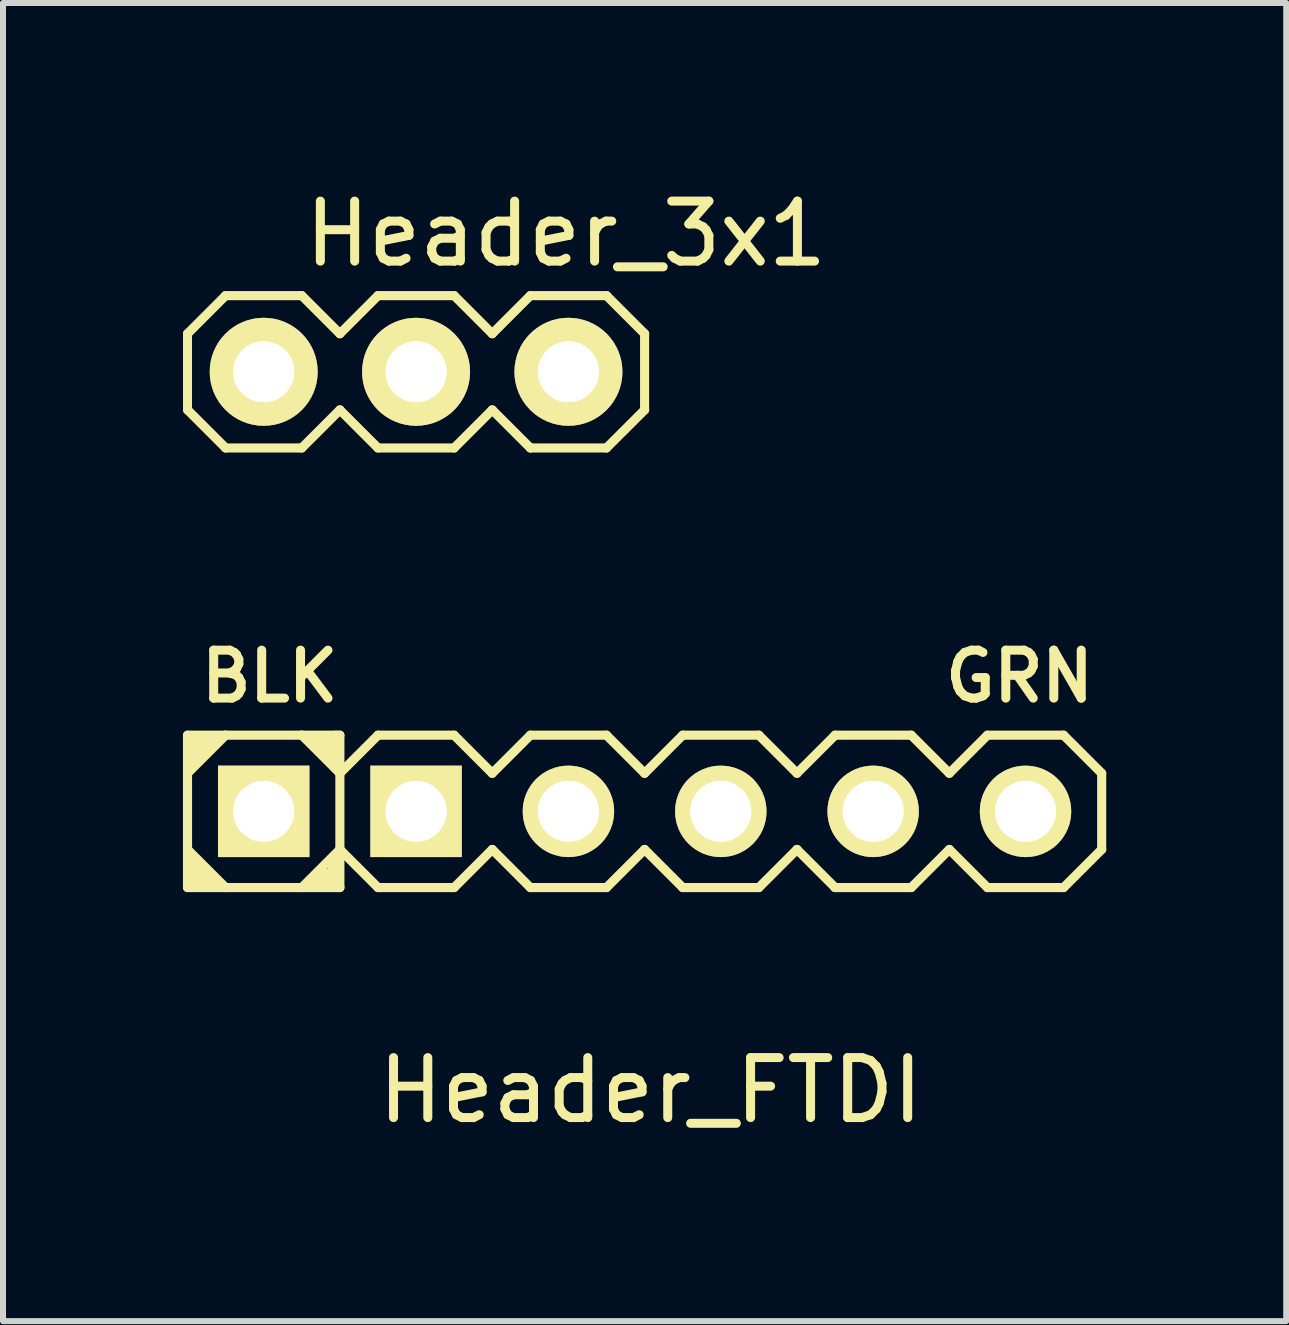
<source format=kicad_pcb>
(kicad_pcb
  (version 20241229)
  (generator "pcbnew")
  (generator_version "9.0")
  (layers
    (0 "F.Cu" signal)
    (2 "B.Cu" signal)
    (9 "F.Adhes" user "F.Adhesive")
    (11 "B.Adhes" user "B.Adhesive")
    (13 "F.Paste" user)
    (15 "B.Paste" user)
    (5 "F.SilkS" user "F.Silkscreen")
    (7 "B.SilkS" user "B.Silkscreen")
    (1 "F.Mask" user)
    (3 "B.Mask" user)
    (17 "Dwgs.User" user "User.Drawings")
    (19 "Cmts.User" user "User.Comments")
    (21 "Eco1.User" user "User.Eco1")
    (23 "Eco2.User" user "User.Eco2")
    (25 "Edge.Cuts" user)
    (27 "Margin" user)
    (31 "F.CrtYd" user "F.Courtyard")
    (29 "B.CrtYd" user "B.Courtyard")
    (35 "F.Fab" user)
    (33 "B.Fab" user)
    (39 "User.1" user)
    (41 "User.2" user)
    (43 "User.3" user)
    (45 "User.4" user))
  (footprint "Header_FTDI"
    (layer "F.Cu")
    (at 7.696 10.476)
    (property "Reference" "Header_FTDI" (at 0.1 4.65 0) (layer "F.SilkS") (effects (font (size 1 1) (thickness 0.15))))
    (attr smd)
    (fp_line (start -7.62 -1.27) (end -6.985 -1.27) (stroke (width 0.152) (type solid)) (layer "F.SilkS"))
    (fp_line (start -7.62 -0.635) (end -7.62 -1.27) (stroke (width 0.152) (type solid)) (layer "F.SilkS"))
    (fp_line (start -7.62 -0.635) (end -7.62 0.635) (stroke (width 0.152) (type solid)) (layer "F.SilkS"))
    (fp_line (start -7.62 0.635) (end -7.62 1.27) (stroke (width 0.152) (type solid)) (layer "F.SilkS"))
    (fp_line (start -7.62 0.635) (end -6.985 1.27) (stroke (width 0.152) (type solid)) (layer "F.SilkS"))
    (fp_line (start -7.62 1.27) (end -6.985 1.27) (stroke (width 0.152) (type solid)) (layer "F.SilkS"))
    (fp_line (start -7.493 -1.206) (end -7.493 -0.826) (stroke (width 0.152) (type solid)) (layer "F.SilkS"))
    (fp_line (start -7.493 1.206) (end -7.493 0.826) (stroke (width 0.152) (type solid)) (layer "F.SilkS"))
    (fp_line (start -7.366 -1.206) (end -7.366 -0.953) (stroke (width 0.152) (type solid)) (layer "F.SilkS"))
    (fp_line (start -7.366 1.206) (end -7.366 0.953) (stroke (width 0.152) (type solid)) (layer "F.SilkS"))
    (fp_line (start -7.239 -1.206) (end -7.239 -1.079) (stroke (width 0.152) (type solid)) (layer "F.SilkS"))
    (fp_line (start -7.239 1.206) (end -7.239 1.079) (stroke (width 0.152) (type solid)) (layer "F.SilkS"))
    (fp_line (start -6.985 -1.27) (end -7.62 -0.635) (stroke (width 0.152) (type solid)) (layer "F.SilkS"))
    (fp_line (start -6.985 1.27) (end -5.715 1.27) (stroke (width 0.152) (type solid)) (layer "F.SilkS"))
    (fp_line (start -5.715 -1.27) (end -6.985 -1.27) (stroke (width 0.152) (type solid)) (layer "F.SilkS"))
    (fp_line (start -5.715 -1.27) (end -5.144 -1.27) (stroke (width 0.152) (type solid)) (layer "F.SilkS"))
    (fp_line (start -5.715 1.27) (end -5.08 0.635) (stroke (width 0.152) (type solid)) (layer "F.SilkS"))
    (fp_line (start -5.461 -1.206) (end -5.461 -1.079) (stroke (width 0.152) (type solid)) (layer "F.SilkS"))
    (fp_line (start -5.461 1.206) (end -5.461 1.079) (stroke (width 0.152) (type solid)) (layer "F.SilkS"))
    (fp_line (start -5.334 -1.206) (end -5.334 -0.953) (stroke (width 0.152) (type solid)) (layer "F.SilkS"))
    (fp_line (start -5.334 1.206) (end -5.334 1.016) (stroke (width 0.152) (type solid)) (layer "F.SilkS"))
    (fp_line (start -5.207 -1.206) (end -5.207 -0.826) (stroke (width 0.152) (type solid)) (layer "F.SilkS"))
    (fp_line (start -5.207 1.206) (end -5.207 0.826) (stroke (width 0.152) (type solid)) (layer "F.SilkS"))
    (fp_line (start -5.144 -1.27) (end -5.08 -1.27) (stroke (width 0.152) (type solid)) (layer "F.SilkS"))
    (fp_line (start -5.08 -1.27) (end -5.08 -0.699) (stroke (width 0.152) (type solid)) (layer "F.SilkS"))
    (fp_line (start -5.08 -0.635) (end -5.715 -1.27) (stroke (width 0.152) (type solid)) (layer "F.SilkS"))
    (fp_line (start -5.08 -0.635) (end -5.08 0.635) (stroke (width 0.152) (type solid)) (layer "F.SilkS"))
    (fp_line (start -5.08 0.635) (end -5.08 1.27) (stroke (width 0.152) (type solid)) (layer "F.SilkS"))
    (fp_line (start -5.08 0.635) (end -4.445 1.27) (stroke (width 0.152) (type solid)) (layer "F.SilkS"))
    (fp_line (start -5.08 1.27) (end -5.715 1.27) (stroke (width 0.152) (type solid)) (layer "F.SilkS"))
    (fp_line (start -4.445 -1.27) (end -5.08 -0.635) (stroke (width 0.152) (type solid)) (layer "F.SilkS"))
    (fp_line (start -4.445 1.27) (end -3.175 1.27) (stroke (width 0.152) (type solid)) (layer "F.SilkS"))
    (fp_line (start -3.175 -1.27) (end -4.445 -1.27) (stroke (width 0.152) (type solid)) (layer "F.SilkS"))
    (fp_line (start -3.175 1.27) (end -2.54 0.635) (stroke (width 0.152) (type solid)) (layer "F.SilkS"))
    (fp_line (start -2.54 -0.635) (end -3.175 -1.27) (stroke (width 0.152) (type solid)) (layer "F.SilkS"))
    (fp_line (start -2.54 0.635) (end -1.905 1.27) (stroke (width 0.152) (type solid)) (layer "F.SilkS"))
    (fp_line (start -1.905 -1.27) (end -2.54 -0.635) (stroke (width 0.152) (type solid)) (layer "F.SilkS"))
    (fp_line (start -1.905 1.27) (end -0.635 1.27) (stroke (width 0.152) (type solid)) (layer "F.SilkS"))
    (fp_line (start -0.635 -1.27) (end -1.905 -1.27) (stroke (width 0.152) (type solid)) (layer "F.SilkS"))
    (fp_line (start -0.635 1.27) (end 0 0.635) (stroke (width 0.152) (type solid)) (layer "F.SilkS"))
    (fp_line (start 0 -0.635) (end -0.635 -1.27) (stroke (width 0.152) (type solid)) (layer "F.SilkS"))
    (fp_line (start 0 0.635) (end 0.635 1.27) (stroke (width 0.152) (type solid)) (layer "F.SilkS"))
    (fp_line (start 0.635 -1.27) (end 0 -0.635) (stroke (width 0.152) (type solid)) (layer "F.SilkS"))
    (fp_line (start 0.635 1.27) (end 1.905 1.27) (stroke (width 0.152) (type solid)) (layer "F.SilkS"))
    (fp_line (start 1.905 -1.27) (end 0.635 -1.27) (stroke (width 0.152) (type solid)) (layer "F.SilkS"))
    (fp_line (start 1.905 1.27) (end 2.54 0.635) (stroke (width 0.152) (type solid)) (layer "F.SilkS"))
    (fp_line (start 2.54 -0.635) (end 1.905 -1.27) (stroke (width 0.152) (type solid)) (layer "F.SilkS"))
    (fp_line (start 2.54 0.635) (end 3.175 1.27) (stroke (width 0.152) (type solid)) (layer "F.SilkS"))
    (fp_line (start 3.175 -1.27) (end 2.54 -0.635) (stroke (width 0.152) (type solid)) (layer "F.SilkS"))
    (fp_line (start 3.175 1.27) (end 4.445 1.27) (stroke (width 0.152) (type solid)) (layer "F.SilkS"))
    (fp_line (start 4.445 -1.27) (end 3.175 -1.27) (stroke (width 0.152) (type solid)) (layer "F.SilkS"))
    (fp_line (start 4.445 1.27) (end 5.08 0.635) (stroke (width 0.152) (type solid)) (layer "F.SilkS"))
    (fp_line (start 5.08 -0.635) (end 4.445 -1.27) (stroke (width 0.152) (type solid)) (layer "F.SilkS"))
    (fp_line (start 5.08 0.635) (end 5.715 1.27) (stroke (width 0.152) (type solid)) (layer "F.SilkS"))
    (fp_line (start 5.715 -1.27) (end 5.08 -0.635) (stroke (width 0.152) (type solid)) (layer "F.SilkS"))
    (fp_line (start 5.715 1.27) (end 6.985 1.27) (stroke (width 0.152) (type solid)) (layer "F.SilkS"))
    (fp_line (start 6.985 -1.27) (end 5.715 -1.27) (stroke (width 0.152) (type solid)) (layer "F.SilkS"))
    (fp_line (start 6.985 1.27) (end 7.62 0.635) (stroke (width 0.152) (type solid)) (layer "F.SilkS"))
    (fp_line (start 7.62 -0.635) (end 6.985 -1.27) (stroke (width 0.152) (type solid)) (layer "F.SilkS"))
    (fp_line (start 7.62 0.635) (end 7.62 -0.635) (stroke (width 0.152) (type solid)) (layer "F.SilkS"))
    (fp_text user "GRN" (at 6.25 -2.25 0) (layer "F.SilkS") (effects (font (size 0.8 0.8) (thickness 0.15))))
    (fp_text user "BLK" (at -6.25 -2.25 0) (layer "F.SilkS") (effects (font (size 0.8 0.8) (thickness 0.15))))
    (pad "1" thru_hole rect (at -6.35 0) (size 1.524 1.524) (drill 1.02) (layers "*.Cu" "*.Mask" "F.SilkS"))
    (pad "2" thru_hole rect (at -3.81 0) (size 1.524 1.524) (drill 1.02) (layers "*.Cu" "*.Mask" "F.SilkS"))
    (pad "3" thru_hole circle (at -1.27 0) (size 1.524 1.524) (drill 1.02) (layers "*.Cu" "*.Mask" "F.SilkS"))
    (pad "4" thru_hole circle (at 1.27 0) (size 1.524 1.524) (drill 1.02) (layers "*.Cu" "*.Mask" "F.SilkS"))
    (pad "5" thru_hole circle (at 3.81 0) (size 1.524 1.524) (drill 1.02) (layers "*.Cu" "*.Mask" "F.SilkS"))
    (pad "6" thru_hole circle (at 6.35 0) (size 1.524 1.524) (drill 1.02) (layers "*.Cu" "*.Mask" "F.SilkS")))
  (footprint "Header_3x1"
    (layer "F.Cu")
    (at 3.886 3.148)
    (property "Reference" "Header_3x1" (at 2.5 -2.3 0) (layer "F.SilkS") (effects (font (size 1 1) (thickness 0.15))))
    (attr smd)
    (fp_line (start -3.81 -0.635) (end -3.81 0.635) (stroke (width 0.15) (type solid)) (layer "F.SilkS"))
    (fp_line (start -3.81 0.635) (end -3.175 1.27) (stroke (width 0.152) (type solid)) (layer "F.SilkS"))
    (fp_line (start -3.175 -1.27) (end -3.81 -0.635) (stroke (width 0.152) (type solid)) (layer "F.SilkS"))
    (fp_line (start -3.175 1.27) (end -1.905 1.27) (stroke (width 0.152) (type solid)) (layer "F.SilkS"))
    (fp_line (start -1.905 -1.27) (end -3.175 -1.27) (stroke (width 0.152) (type solid)) (layer "F.SilkS"))
    (fp_line (start -1.905 1.27) (end -1.27 0.635) (stroke (width 0.152) (type solid)) (layer "F.SilkS"))
    (fp_line (start -1.27 -0.635) (end -1.905 -1.27) (stroke (width 0.152) (type solid)) (layer "F.SilkS"))
    (fp_line (start -1.27 0.635) (end -0.635 1.27) (stroke (width 0.152) (type solid)) (layer "F.SilkS"))
    (fp_line (start -0.635 -1.27) (end -1.27 -0.635) (stroke (width 0.152) (type solid)) (layer "F.SilkS"))
    (fp_line (start -0.635 1.27) (end 0.635 1.27) (stroke (width 0.152) (type solid)) (layer "F.SilkS"))
    (fp_line (start 0.635 -1.27) (end -0.635 -1.27) (stroke (width 0.152) (type solid)) (layer "F.SilkS"))
    (fp_line (start 0.635 1.27) (end 1.27 0.635) (stroke (width 0.152) (type solid)) (layer "F.SilkS"))
    (fp_line (start 1.27 -0.635) (end 0.635 -1.27) (stroke (width 0.152) (type solid)) (layer "F.SilkS"))
    (fp_line (start 1.27 0.635) (end 1.905 1.27) (stroke (width 0.152) (type solid)) (layer "F.SilkS"))
    (fp_line (start 1.905 -1.27) (end 1.27 -0.635) (stroke (width 0.152) (type solid)) (layer "F.SilkS"))
    (fp_line (start 1.905 1.27) (end 3.175 1.27) (stroke (width 0.152) (type solid)) (layer "F.SilkS"))
    (fp_line (start 3.175 -1.27) (end 1.905 -1.27) (stroke (width 0.152) (type solid)) (layer "F.SilkS"))
    (fp_line (start 3.175 1.27) (end 3.81 0.635) (stroke (width 0.152) (type solid)) (layer "F.SilkS"))
    (fp_line (start 3.81 -0.635) (end 3.175 -1.27) (stroke (width 0.152) (type solid)) (layer "F.SilkS"))
    (fp_line (start 3.81 0.635) (end 3.81 -0.635) (stroke (width 0.152) (type solid)) (layer "F.SilkS"))
    (pad "1" thru_hole circle (at -2.54 0) (size 1.8 1.8) (drill 1.02) (layers "*.Cu" "*.Mask" "F.SilkS"))
    (pad "2" thru_hole circle (at 0 0) (size 1.8 1.8) (drill 1.02) (layers "*.Cu" "*.Mask" "F.SilkS"))
    (pad "3" thru_hole circle (at 2.54 0) (size 1.8 1.8) (drill 1.02) (layers "*.Cu" "*.Mask" "F.SilkS")))
  (gr_rect
    (start -3 -3)
    (end 18.392 18.974)
    (stroke (width 0.1) (type default))
    (fill no)
    (layer "Edge.Cuts")))
</source>
